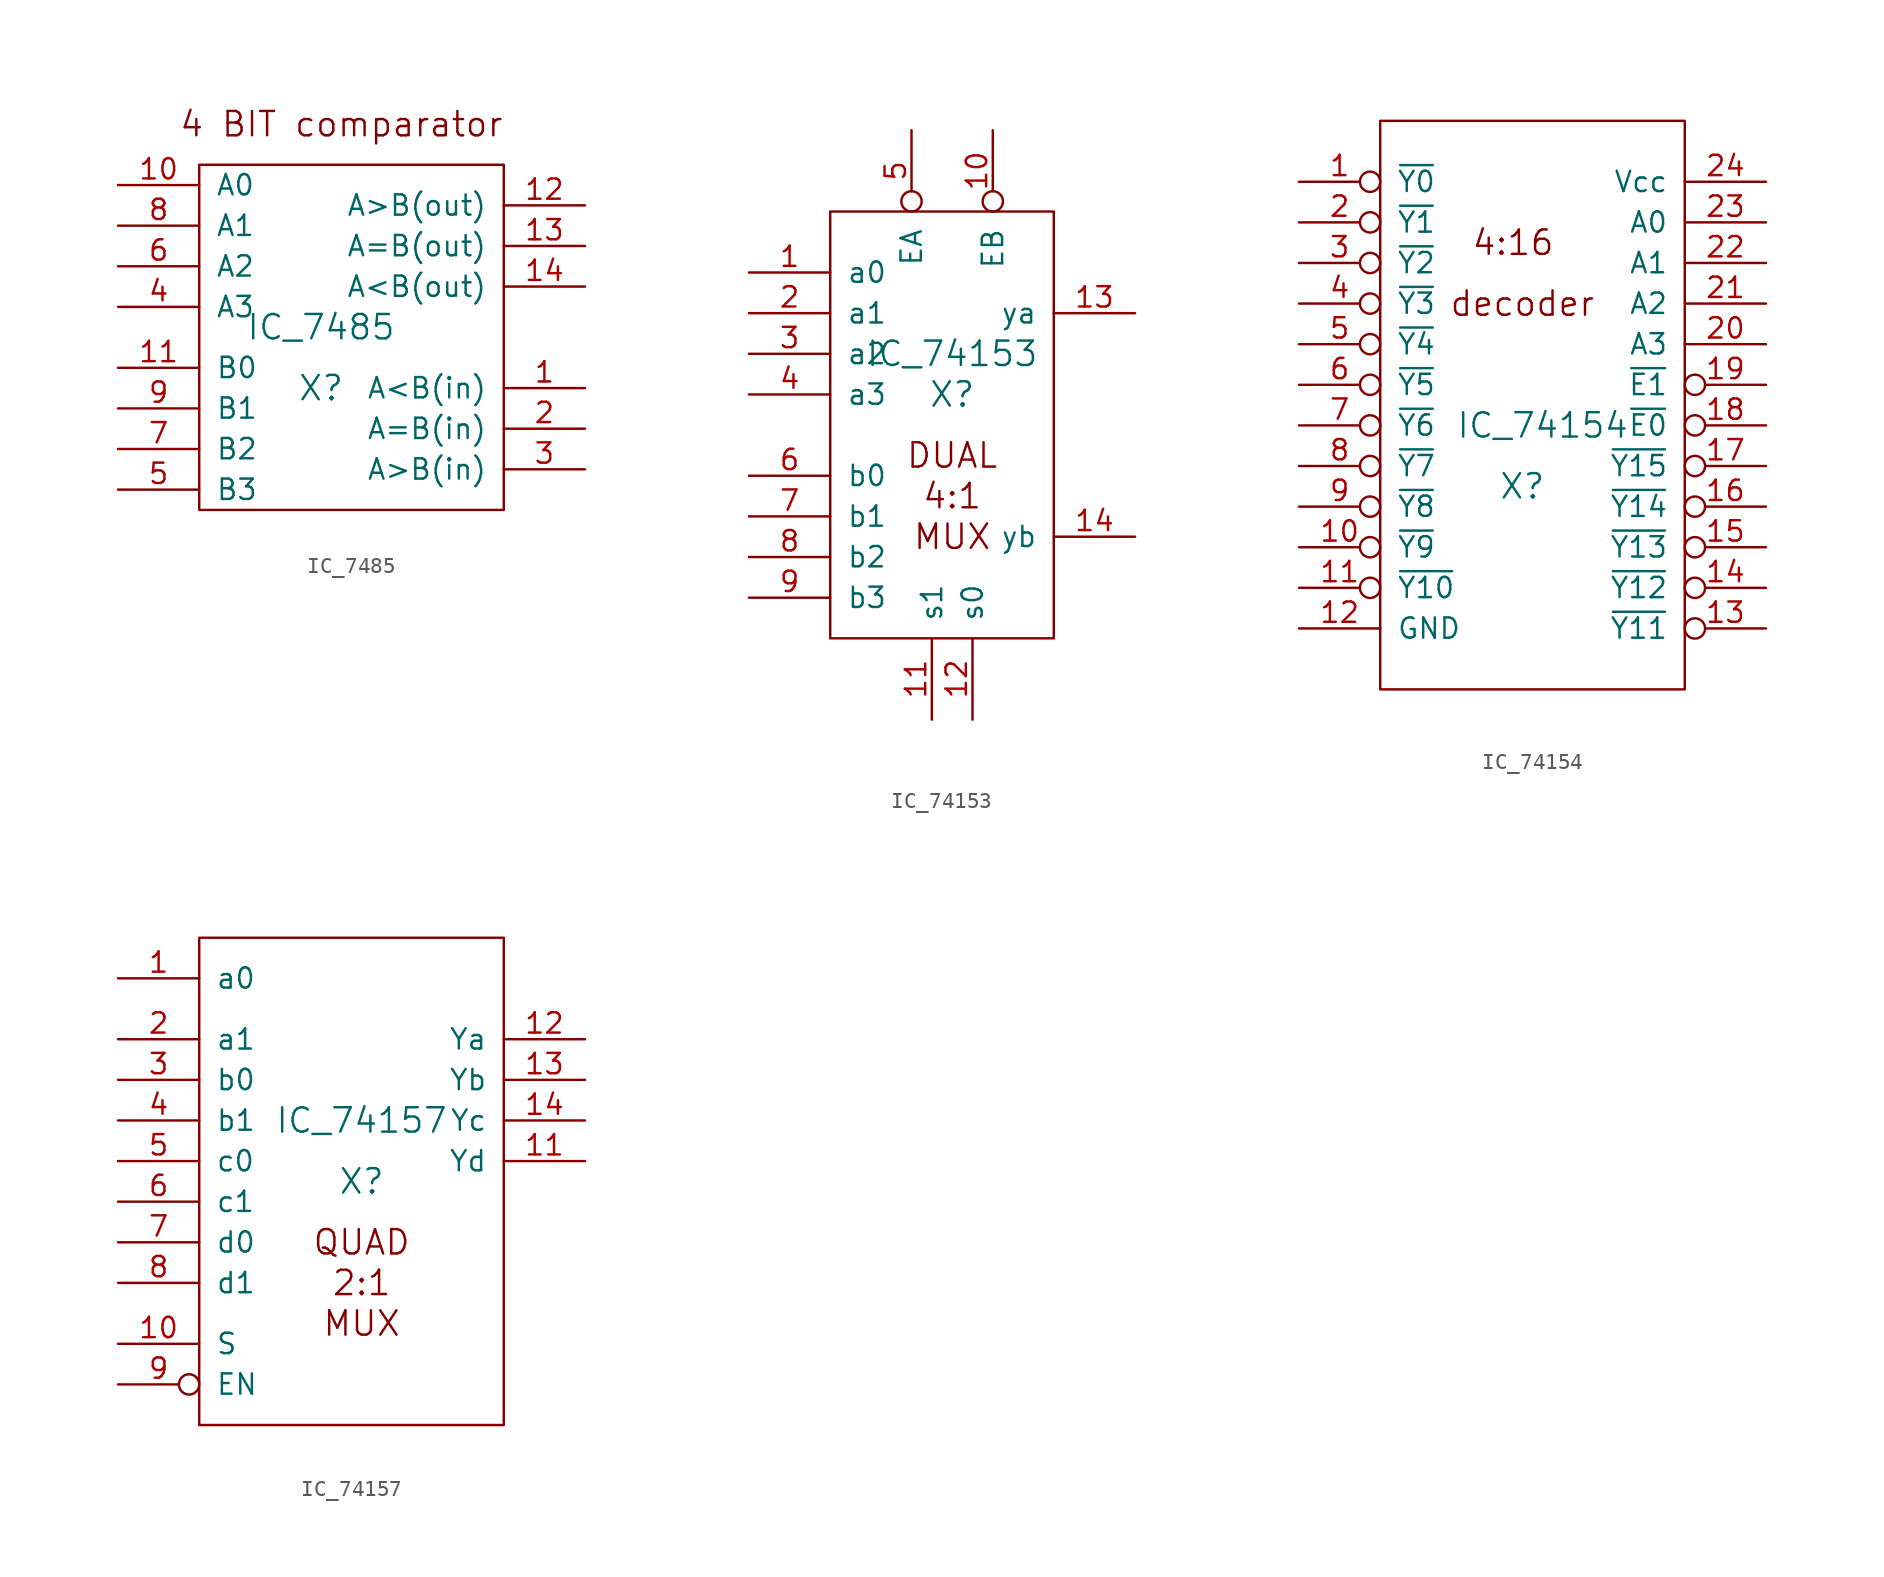
<source format=kicad_sym>
(kicad_symbol_lib
  (version 20211014)
  (generator kicad_symbol_editor)
  (symbol "IC_7485"
    (pin_names
      (offset 1.016))
    (property "Reference" "X"
      (at -1.27 -2.54 0)
      (effects (font (size 1.524 1.524))))
    (property "Value" "IC_7485"
      (at -1.27 1.27 0)
      (effects (font (size 1.524 1.524))))
    (property "Footprint" ""
      (at 0 0 0)
      (effects (font (size 1.524 1.524))))
    (property "Datasheet" ""
      (at 0 0 0)
      (effects (font (size 1.524 1.524))))
    (symbol "IC_7485_0_0"
      (text "4 BIT comparator" (at 0 13.97 0) (effects (font (size 1.524 1.524)))))
    (symbol "IC_7485_0_1"
      (rectangle (start -8.89 11.43) (end 10.16 -10.16) (stroke (width 0) (type default) (color 0 0 0 0)) (fill (type none))))
    (symbol "IC_7485_1_1"
      (pin input line (at 15.24 -2.54 180) (length 5.08) (name "A<B(in)" (effects (font (size 1.27 1.27)))) (number "1" (effects (font (size 1.27 1.27)))))
      (pin input line (at -13.97 10.16 0) (length 5.08) (name "A0" (effects (font (size 1.27 1.27)))) (number "10" (effects (font (size 1.27 1.27)))))
      (pin input line (at -13.97 -1.27 0) (length 5.08) (name "B0" (effects (font (size 1.27 1.27)))) (number "11" (effects (font (size 1.27 1.27)))))
      (pin output line (at 15.24 8.89 180) (length 5.08) (name "A>B(out)" (effects (font (size 1.27 1.27)))) (number "12" (effects (font (size 1.27 1.27)))))
      (pin output line (at 15.24 6.35 180) (length 5.08) (name "A=B(out)" (effects (font (size 1.27 1.27)))) (number "13" (effects (font (size 1.27 1.27)))))
      (pin output line (at 15.24 3.81 180) (length 5.08) (name "A<B(out)" (effects (font (size 1.27 1.27)))) (number "14" (effects (font (size 1.27 1.27)))))
      (pin input line (at 15.24 -5.08 180) (length 5.08) (name "A=B(in)" (effects (font (size 1.27 1.27)))) (number "2" (effects (font (size 1.27 1.27)))))
      (pin input line (at 15.24 -7.62 180) (length 5.08) (name "A>B(in)" (effects (font (size 1.27 1.27)))) (number "3" (effects (font (size 1.27 1.27)))))
      (pin input line (at -13.97 2.54 0) (length 5.08) (name "A3" (effects (font (size 1.27 1.27)))) (number "4" (effects (font (size 1.27 1.27)))))
      (pin input line (at -13.97 -8.89 0) (length 5.08) (name "B3" (effects (font (size 1.27 1.27)))) (number "5" (effects (font (size 1.27 1.27)))))
      (pin input line (at -13.97 5.08 0) (length 5.08) (name "A2" (effects (font (size 1.27 1.27)))) (number "6" (effects (font (size 1.27 1.27)))))
      (pin input line (at -13.97 -6.35 0) (length 5.08) (name "B2" (effects (font (size 1.27 1.27)))) (number "7" (effects (font (size 1.27 1.27)))))
      (pin input line (at -13.97 7.62 0) (length 5.08) (name "A1" (effects (font (size 1.27 1.27)))) (number "8" (effects (font (size 1.27 1.27)))))
      (pin input line (at -13.97 -3.81 0) (length 5.08) (name "B1" (effects (font (size 1.27 1.27)))) (number "9" (effects (font (size 1.27 1.27)))))))
  (symbol "IC_74153"
    (pin_names
      (offset 1.016))
    (property "Reference" "X"
      (at 2.54 1.27 0)
      (effects (font (size 1.524 1.524))))
    (property "Value" "IC_74153"
      (at 2.54 3.81 0)
      (effects (font (size 1.524 1.524))))
    (property "Footprint" ""
      (at 0 0 0)
      (effects (font (size 1.524 1.524))))
    (property "Datasheet" ""
      (at 0 0 0)
      (effects (font (size 1.524 1.524))))
    (symbol "IC_74153_0_0"
      (text "4:1" (at 2.54 -5.08 0) (effects (font (size 1.524 1.524))))
      (text "DUAL" (at 2.54 -2.54 0) (effects (font (size 1.524 1.524))))
      (text "MUX" (at 2.54 -7.62 0) (effects (font (size 1.524 1.524)))))
    (symbol "IC_74153_0_1"
      (rectangle (start -5.08 12.7) (end 8.89 -13.97) (stroke (width 0) (type default) (color 0 0 0 0)) (fill (type none))))
    (symbol "IC_74153_1_1"
      (pin input line (at -10.16 8.89 0) (length 5.08) (name "a0" (effects (font (size 1.27 1.27)))) (number "1" (effects (font (size 1.27 1.27)))))
      (pin input inverted (at 5.08 17.78 270) (length 5.08) (name "EB" (effects (font (size 1.27 1.27)))) (number "10" (effects (font (size 1.27 1.27)))))
      (pin input line (at 1.27 -19.05 90) (length 5.08) (name "s1" (effects (font (size 1.27 1.27)))) (number "11" (effects (font (size 1.27 1.27)))))
      (pin input line (at 3.81 -19.05 90) (length 5.08) (name "s0" (effects (font (size 1.27 1.27)))) (number "12" (effects (font (size 1.27 1.27)))))
      (pin output line (at 13.97 6.35 180) (length 5.08) (name "ya" (effects (font (size 1.27 1.27)))) (number "13" (effects (font (size 1.27 1.27)))))
      (pin output line (at 13.97 -7.62 180) (length 5.08) (name "yb" (effects (font (size 1.27 1.27)))) (number "14" (effects (font (size 1.27 1.27)))))
      (pin input line (at -10.16 6.35 0) (length 5.08) (name "a1" (effects (font (size 1.27 1.27)))) (number "2" (effects (font (size 1.27 1.27)))))
      (pin input line (at -10.16 3.81 0) (length 5.08) (name "a2" (effects (font (size 1.27 1.27)))) (number "3" (effects (font (size 1.27 1.27)))))
      (pin input line (at -10.16 1.27 0) (length 5.08) (name "a3" (effects (font (size 1.27 1.27)))) (number "4" (effects (font (size 1.27 1.27)))))
      (pin input inverted (at 0 17.78 270) (length 5.08) (name "EA" (effects (font (size 1.27 1.27)))) (number "5" (effects (font (size 1.27 1.27)))))
      (pin input line (at -10.16 -3.81 0) (length 5.08) (name "b0" (effects (font (size 1.27 1.27)))) (number "6" (effects (font (size 1.27 1.27)))))
      (pin input line (at -10.16 -6.35 0) (length 5.08) (name "b1" (effects (font (size 1.27 1.27)))) (number "7" (effects (font (size 1.27 1.27)))))
      (pin input line (at -10.16 -8.89 0) (length 5.08) (name "b2" (effects (font (size 1.27 1.27)))) (number "8" (effects (font (size 1.27 1.27)))))
      (pin input line (at -10.16 -11.43 0) (length 5.08) (name "b3" (effects (font (size 1.27 1.27)))) (number "9" (effects (font (size 1.27 1.27)))))))
  (symbol "IC_74154"
    (pin_names
      (offset 1.016))
    (property "Reference" "X"
      (at 0 -5.08 0)
      (effects (font (size 1.524 1.524))))
    (property "Value" "IC_74154"
      (at 1.27 -1.27 0)
      (effects (font (size 1.524 1.524))))
    (property "Footprint" ""
      (at 0 1.27 0)
      (effects (font (size 1.524 1.524))))
    (property "Datasheet" ""
      (at 0 1.27 0)
      (effects (font (size 1.524 1.524))))
    (symbol "IC_74154_0_0"
      (rectangle (start -8.89 17.78) (end 10.16 -17.78) (stroke (width 0) (type default) (color 0 0 0 0)) (fill (type none)))
      (text "4:16 " (at 0 10.16 0) (effects (font (size 1.524 1.524))))
      (text "decoder" (at 0 6.35 0) (effects (font (size 1.524 1.524)))))
    (symbol "IC_74154_1_1"
      (pin output inverted (at -13.97 13.97 0) (length 5.08) (name "~{Y0}" (effects (font (size 1.27 1.27)))) (number "1" (effects (font (size 1.27 1.27)))))
      (pin output inverted (at -13.97 -8.89 0) (length 5.08) (name "~{Y9}" (effects (font (size 1.27 1.27)))) (number "10" (effects (font (size 1.27 1.27)))))
      (pin output inverted (at -13.97 -11.43 0) (length 5.08) (name "~{Y10}" (effects (font (size 1.27 1.27)))) (number "11" (effects (font (size 1.27 1.27)))))
      (pin input line (at -13.97 -13.97 0) (length 5.08) (name "GND" (effects (font (size 1.27 1.27)))) (number "12" (effects (font (size 1.27 1.27)))))
      (pin output inverted (at 15.24 -13.97 180) (length 5.08) (name "~{Y11}" (effects (font (size 1.27 1.27)))) (number "13" (effects (font (size 1.27 1.27)))))
      (pin output inverted (at 15.24 -11.43 180) (length 5.08) (name "~{Y12}" (effects (font (size 1.27 1.27)))) (number "14" (effects (font (size 1.27 1.27)))))
      (pin output inverted (at 15.24 -8.89 180) (length 5.08) (name "~{Y13}" (effects (font (size 1.27 1.27)))) (number "15" (effects (font (size 1.27 1.27)))))
      (pin output inverted (at 15.24 -6.35 180) (length 5.08) (name "~{Y14}" (effects (font (size 1.27 1.27)))) (number "16" (effects (font (size 1.27 1.27)))))
      (pin output inverted (at 15.24 -3.81 180) (length 5.08) (name "~{Y15}" (effects (font (size 1.27 1.27)))) (number "17" (effects (font (size 1.27 1.27)))))
      (pin input inverted (at 15.24 -1.27 180) (length 5.08) (name "~{E0}" (effects (font (size 1.27 1.27)))) (number "18" (effects (font (size 1.27 1.27)))))
      (pin input inverted (at 15.24 1.27 180) (length 5.08) (name "~{E1}" (effects (font (size 1.27 1.27)))) (number "19" (effects (font (size 1.27 1.27)))))
      (pin output inverted (at -13.97 11.43 0) (length 5.08) (name "~{Y1}" (effects (font (size 1.27 1.27)))) (number "2" (effects (font (size 1.27 1.27)))))
      (pin input line (at 15.24 3.81 180) (length 5.08) (name "A3" (effects (font (size 1.27 1.27)))) (number "20" (effects (font (size 1.27 1.27)))))
      (pin input line (at 15.24 6.35 180) (length 5.08) (name "A2" (effects (font (size 1.27 1.27)))) (number "21" (effects (font (size 1.27 1.27)))))
      (pin input line (at 15.24 8.89 180) (length 5.08) (name "A1" (effects (font (size 1.27 1.27)))) (number "22" (effects (font (size 1.27 1.27)))))
      (pin input line (at 15.24 11.43 180) (length 5.08) (name "A0" (effects (font (size 1.27 1.27)))) (number "23" (effects (font (size 1.27 1.27)))))
      (pin input line (at 15.24 13.97 180) (length 5.08) (name "Vcc" (effects (font (size 1.27 1.27)))) (number "24" (effects (font (size 1.27 1.27)))))
      (pin output inverted (at -13.97 8.89 0) (length 5.08) (name "~{Y2}" (effects (font (size 1.27 1.27)))) (number "3" (effects (font (size 1.27 1.27)))))
      (pin output inverted (at -13.97 6.35 0) (length 5.08) (name "~{Y3}" (effects (font (size 1.27 1.27)))) (number "4" (effects (font (size 1.27 1.27)))))
      (pin output inverted (at -13.97 3.81 0) (length 5.08) (name "~{Y4}" (effects (font (size 1.27 1.27)))) (number "5" (effects (font (size 1.27 1.27)))))
      (pin output inverted (at -13.97 1.27 0) (length 5.08) (name "~{Y5}" (effects (font (size 1.27 1.27)))) (number "6" (effects (font (size 1.27 1.27)))))
      (pin output inverted (at -13.97 -1.27 0) (length 5.08) (name "~{Y6}" (effects (font (size 1.27 1.27)))) (number "7" (effects (font (size 1.27 1.27)))))
      (pin output inverted (at -13.97 -3.81 0) (length 5.08) (name "~{Y7}" (effects (font (size 1.27 1.27)))) (number "8" (effects (font (size 1.27 1.27)))))
      (pin output inverted (at -13.97 -6.35 0) (length 5.08) (name "~{Y8}" (effects (font (size 1.27 1.27)))) (number "9" (effects (font (size 1.27 1.27)))))))
  (symbol "IC_74157"
    (pin_names
      (offset 1.016))
    (property "Reference" "X"
      (at 1.27 -1.27 0)
      (effects (font (size 1.524 1.524))))
    (property "Value" "IC_74157"
      (at 1.27 2.54 0)
      (effects (font (size 1.524 1.524))))
    (property "Footprint" ""
      (at 0 0 0)
      (effects (font (size 1.524 1.524))))
    (property "Datasheet" ""
      (at 0 0 0)
      (effects (font (size 1.524 1.524))))
    (symbol "IC_74157_0_0"
      (text "2:1" (at 1.27 -7.62 0) (effects (font (size 1.524 1.524))))
      (text "MUX" (at 1.27 -10.16 0) (effects (font (size 1.524 1.524))))
      (text "QUAD" (at 1.27 -5.08 0) (effects (font (size 1.524 1.524)))))
    (symbol "IC_74157_0_1"
      (rectangle (start -8.89 13.97) (end 10.16 -16.51) (stroke (width 0) (type default) (color 0 0 0 0)) (fill (type none))))
    (symbol "IC_74157_1_1"
      (pin input line (at -13.97 11.43 0) (length 5.08) (name "a0" (effects (font (size 1.27 1.27)))) (number "1" (effects (font (size 1.27 1.27)))))
      (pin input line (at -13.97 -11.43 0) (length 5.08) (name "S" (effects (font (size 1.27 1.27)))) (number "10" (effects (font (size 1.27 1.27)))))
      (pin output line (at 15.24 0 180) (length 5.08) (name "Yd" (effects (font (size 1.27 1.27)))) (number "11" (effects (font (size 1.27 1.27)))))
      (pin output line (at 15.24 7.62 180) (length 5.08) (name "Ya" (effects (font (size 1.27 1.27)))) (number "12" (effects (font (size 1.27 1.27)))))
      (pin output line (at 15.24 5.08 180) (length 5.08) (name "Yb" (effects (font (size 1.27 1.27)))) (number "13" (effects (font (size 1.27 1.27)))))
      (pin output line (at 15.24 2.54 180) (length 5.08) (name "Yc" (effects (font (size 1.27 1.27)))) (number "14" (effects (font (size 1.27 1.27)))))
      (pin input line (at -13.97 7.62 0) (length 5.08) (name "a1" (effects (font (size 1.27 1.27)))) (number "2" (effects (font (size 1.27 1.27)))))
      (pin input line (at -13.97 5.08 0) (length 5.08) (name "b0" (effects (font (size 1.27 1.27)))) (number "3" (effects (font (size 1.27 1.27)))))
      (pin input line (at -13.97 2.54 0) (length 5.08) (name "b1" (effects (font (size 1.27 1.27)))) (number "4" (effects (font (size 1.27 1.27)))))
      (pin input line (at -13.97 0 0) (length 5.08) (name "c0" (effects (font (size 1.27 1.27)))) (number "5" (effects (font (size 1.27 1.27)))))
      (pin input line (at -13.97 -2.54 0) (length 5.08) (name "c1" (effects (font (size 1.27 1.27)))) (number "6" (effects (font (size 1.27 1.27)))))
      (pin input line (at -13.97 -5.08 0) (length 5.08) (name "d0" (effects (font (size 1.27 1.27)))) (number "7" (effects (font (size 1.27 1.27)))))
      (pin input line (at -13.97 -7.62 0) (length 5.08) (name "d1" (effects (font (size 1.27 1.27)))) (number "8" (effects (font (size 1.27 1.27)))))
      (pin input inverted (at -13.97 -13.97 0) (length 5.08) (name "EN" (effects (font (size 1.27 1.27)))) (number "9" (effects (font (size 1.27 1.27))))))))
</source>
